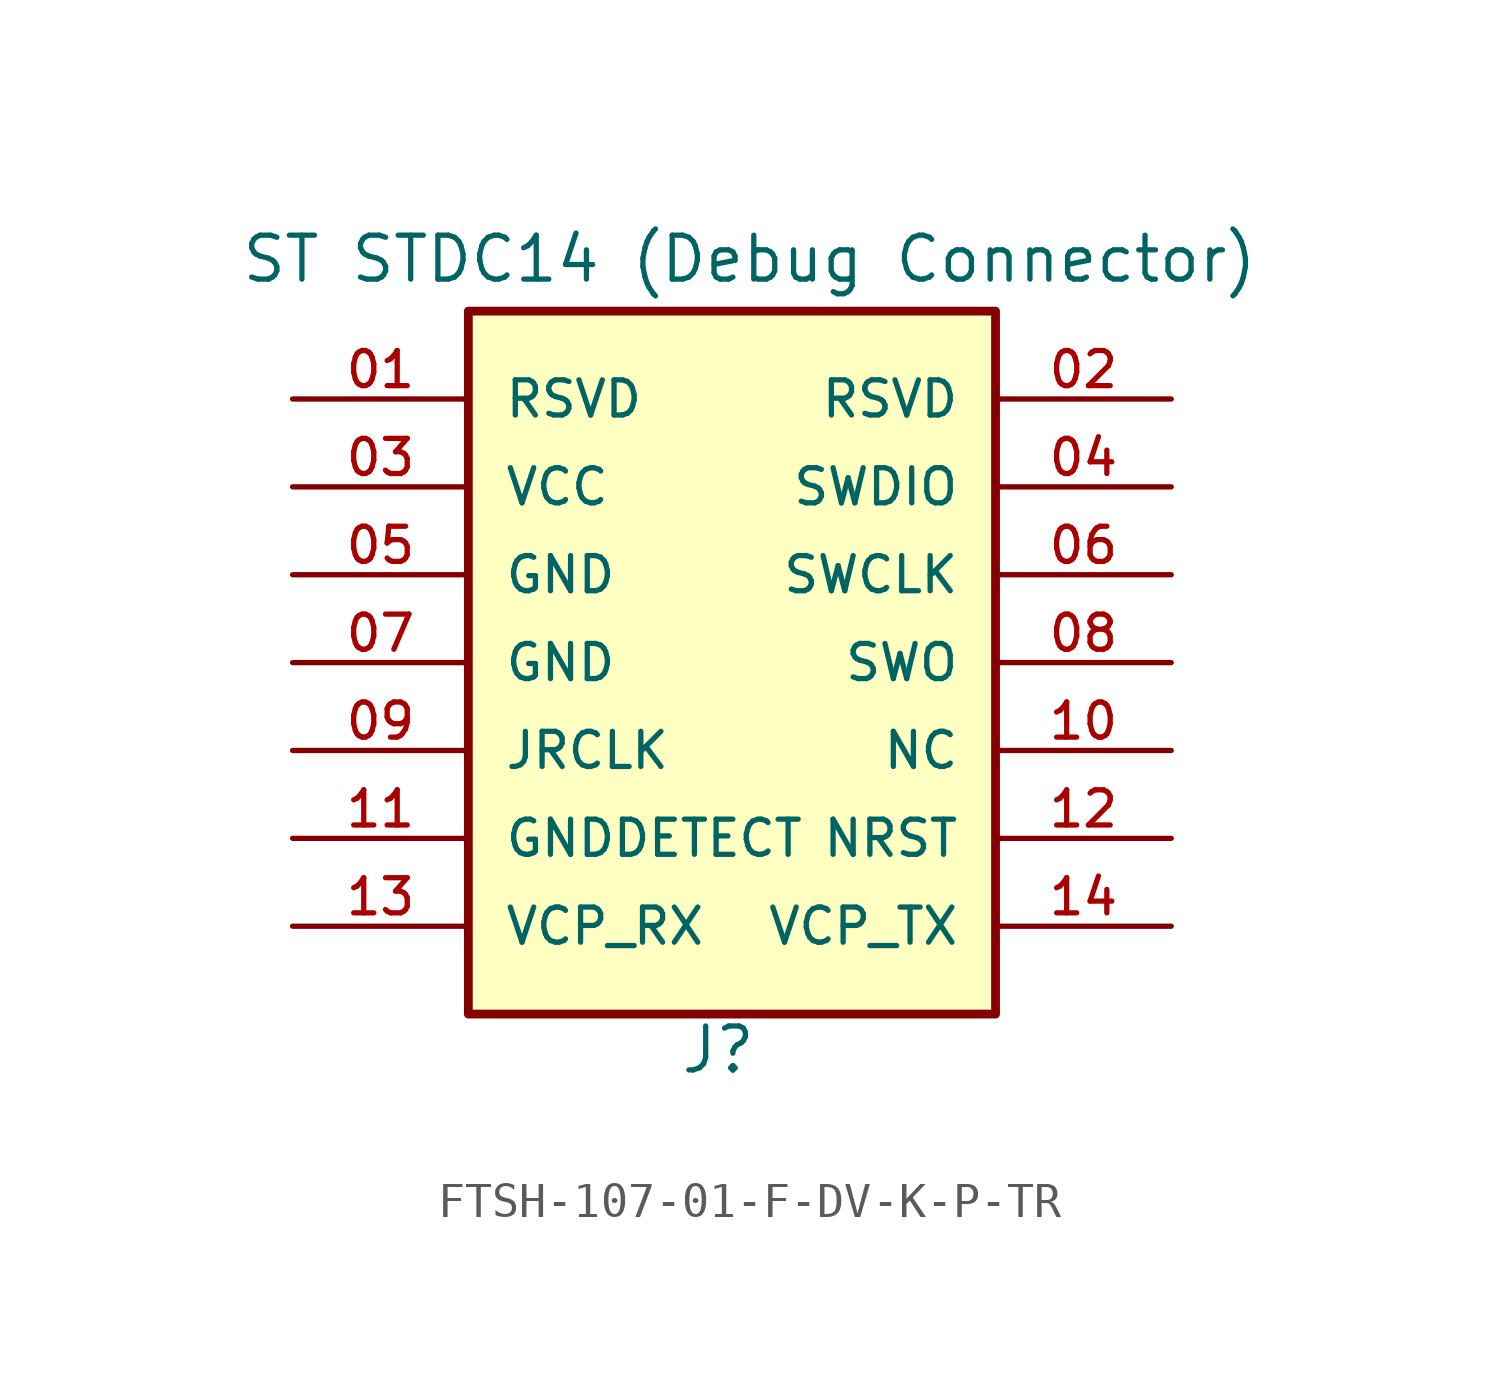
<source format=kicad_sym>
(kicad_symbol_lib
  (version 20231120)
  (generator "kicad_symbol_editor")
  (generator_version "8.0")
  (symbol "FTSH-107-01-F-DV-K-P-TR"
    (pin_names
      (offset 1.016))
    (property "Reference" "J"
      (at -1.524 -11.938 0)
      (effects (font (size 1.27 1.27)) (justify left bottom)))
    (property "Value" "ST STDC14 (Debug Connector)"
      (at -14.224 10.922 0)
      (effects (font (size 1.27 1.27)) (justify left bottom)))
    (symbol "FTSH-107-01-F-DV-K-P-TR_0_0"
      (rectangle (start -7.62 10.16) (end 7.62 -10.16) (stroke (width 0.254) (type default)) (fill (type background)))
      (pin passive line (at 12.7 7.62 180) (length 5.08) (name "RSVD" (effects (font (size 1.016 1.016)))) (number "02" (effects (font (size 1.016 1.016))))))
    (symbol "FTSH-107-01-F-DV-K-P-TR_1_0"
      (pin passive line (at -12.7 7.62 0) (length 5.08) (name "RSVD" (effects (font (size 1.016 1.016)))) (number "01" (effects (font (size 1.016 1.016)))))
      (pin passive line (at -12.7 5.08 0) (length 5.08) (name "VCC" (effects (font (size 1.016 1.016)))) (number "03" (effects (font (size 1.016 1.016)))))
      (pin passive line (at 12.7 5.08 180) (length 5.08) (name "SWDIO" (effects (font (size 1.016 1.016)))) (number "04" (effects (font (size 1.016 1.016)))))
      (pin passive line (at -12.7 2.54 0) (length 5.08) (name "GND" (effects (font (size 1.016 1.016)))) (number "05" (effects (font (size 1.016 1.016)))))
      (pin passive line (at 12.7 2.54 180) (length 5.08) (name "SWCLK" (effects (font (size 1.016 1.016)))) (number "06" (effects (font (size 1.016 1.016)))))
      (pin passive line (at -12.7 0 0) (length 5.08) (name "GND" (effects (font (size 1.016 1.016)))) (number "07" (effects (font (size 1.016 1.016)))))
      (pin passive line (at 12.7 0 180) (length 5.08) (name "SWO" (effects (font (size 1.016 1.016)))) (number "08" (effects (font (size 1.016 1.016)))))
      (pin passive line (at -12.7 -2.54 0) (length 5.08) (name "JRCLK" (effects (font (size 1.016 1.016)))) (number "09" (effects (font (size 1.016 1.016)))))
      (pin passive line (at 12.7 -2.54 180) (length 5.08) (name "NC" (effects (font (size 1.016 1.016)))) (number "10" (effects (font (size 1.016 1.016)))))
      (pin passive line (at -12.7 -5.08 0) (length 5.08) (name "GNDDETECT" (effects (font (size 1.016 1.016)))) (number "11" (effects (font (size 1.016 1.016)))))
      (pin passive line (at 12.7 -5.08 180) (length 5.08) (name "NRST" (effects (font (size 1.016 1.016)))) (number "12" (effects (font (size 1.016 1.016)))))
      (pin passive line (at -12.7 -7.62 0) (length 5.08) (name "VCP_RX" (effects (font (size 1.016 1.016)))) (number "13" (effects (font (size 1.016 1.016)))))
      (pin passive line (at 12.7 -7.62 180) (length 5.08) (name "VCP_TX" (effects (font (size 1.016 1.016)))) (number "14" (effects (font (size 1.016 1.016))))))))
</source>
